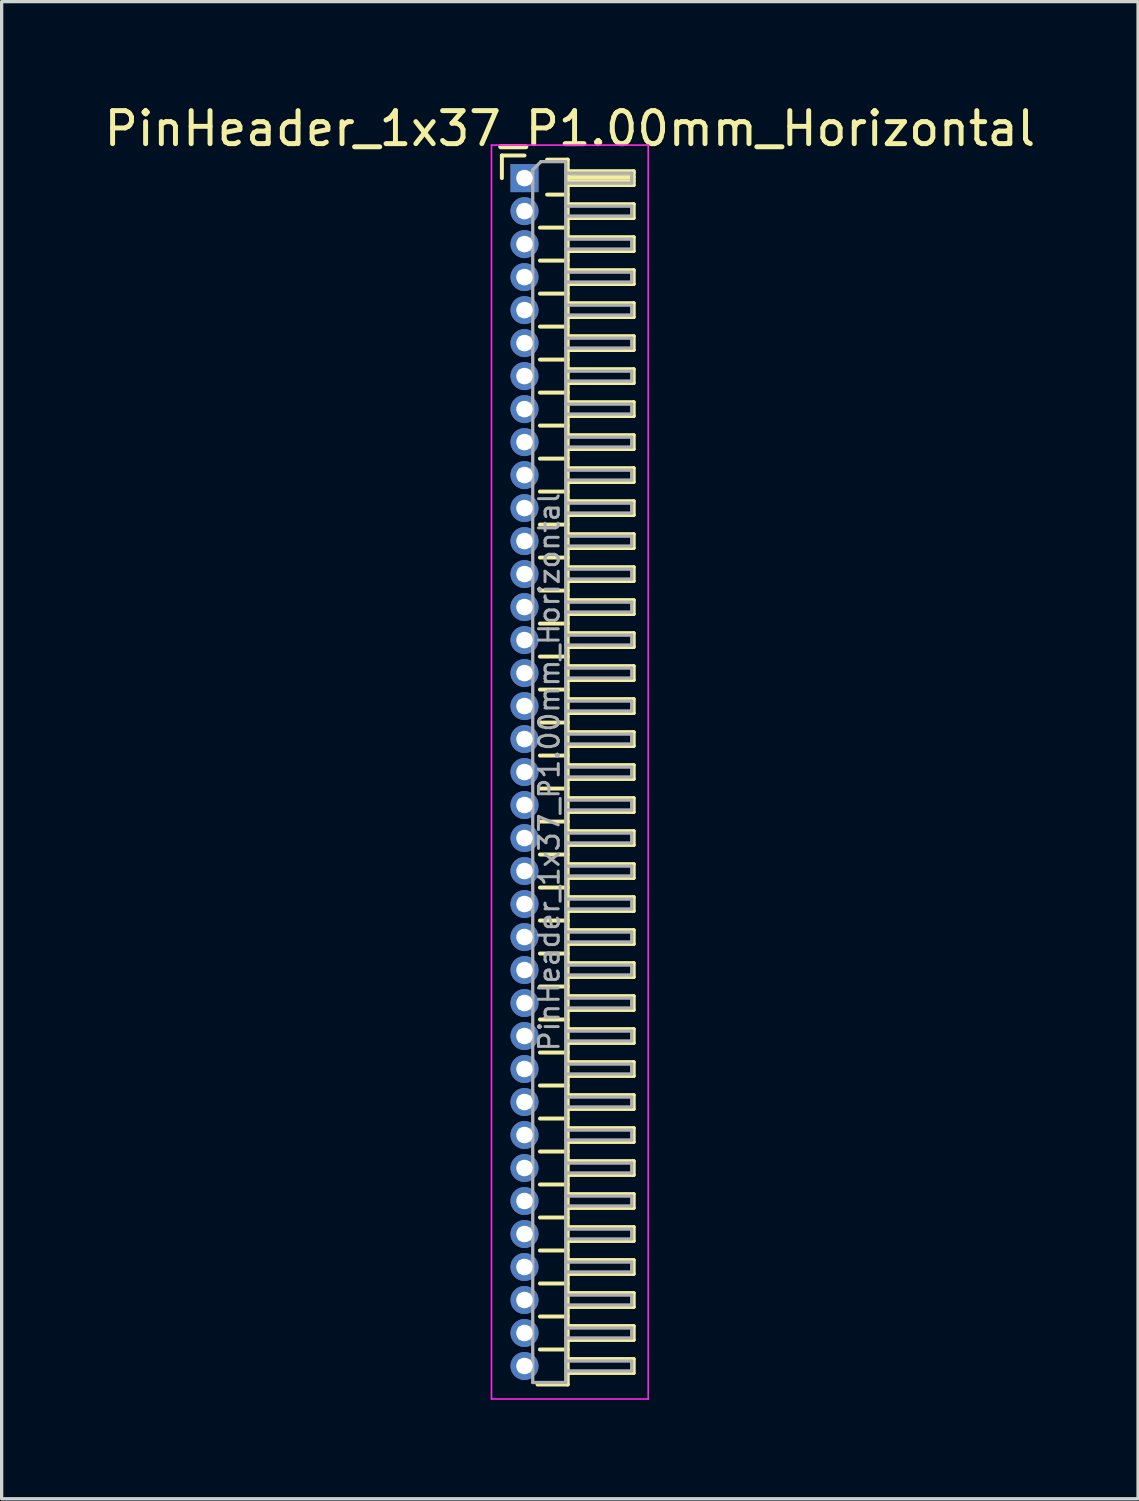
<source format=kicad_pcb>
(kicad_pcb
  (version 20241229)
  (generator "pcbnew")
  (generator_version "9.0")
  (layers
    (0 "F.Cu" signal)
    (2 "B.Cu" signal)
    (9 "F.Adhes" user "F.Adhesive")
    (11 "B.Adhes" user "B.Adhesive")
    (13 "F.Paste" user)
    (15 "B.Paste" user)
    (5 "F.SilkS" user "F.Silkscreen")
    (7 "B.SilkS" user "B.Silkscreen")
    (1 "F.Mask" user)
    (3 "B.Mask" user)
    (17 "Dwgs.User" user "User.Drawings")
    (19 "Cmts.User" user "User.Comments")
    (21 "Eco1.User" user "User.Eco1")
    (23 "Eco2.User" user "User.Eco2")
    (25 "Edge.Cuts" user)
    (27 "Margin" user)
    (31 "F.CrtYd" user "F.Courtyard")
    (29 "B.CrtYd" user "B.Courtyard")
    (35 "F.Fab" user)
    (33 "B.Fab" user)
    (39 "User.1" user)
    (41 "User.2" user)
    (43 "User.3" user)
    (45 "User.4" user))
  (footprint "PinHeader_1x37_P1.00mm_Horizontal"
    (layer "F.Cu")
    (at 12.845 2.348)
    (property "Reference" "PinHeader_1x37_P1.00mm_Horizontal" (at 1.375 -1.5 0) (layer "F.SilkS") (effects (font (size 1 1) (thickness 0.15))))
    (attr through_hole)
    (fp_line (start -0.685 -0.685) (end 0 -0.685) (stroke (width 0.12) (type solid)) (layer "F.SilkS"))
    (fp_line (start -0.685 0) (end -0.685 -0.685) (stroke (width 0.12) (type solid)) (layer "F.SilkS"))
    (fp_line (start 0.468 1.5) (end 1.31 1.5) (stroke (width 0.12) (type solid)) (layer "F.SilkS"))
    (fp_line (start 0.468 2.5) (end 1.31 2.5) (stroke (width 0.12) (type solid)) (layer "F.SilkS"))
    (fp_line (start 0.468 3.5) (end 1.31 3.5) (stroke (width 0.12) (type solid)) (layer "F.SilkS"))
    (fp_line (start 0.468 4.5) (end 1.31 4.5) (stroke (width 0.12) (type solid)) (layer "F.SilkS"))
    (fp_line (start 0.468 5.5) (end 1.31 5.5) (stroke (width 0.12) (type solid)) (layer "F.SilkS"))
    (fp_line (start 0.468 6.5) (end 1.31 6.5) (stroke (width 0.12) (type solid)) (layer "F.SilkS"))
    (fp_line (start 0.468 7.5) (end 1.31 7.5) (stroke (width 0.12) (type solid)) (layer "F.SilkS"))
    (fp_line (start 0.468 8.5) (end 1.31 8.5) (stroke (width 0.12) (type solid)) (layer "F.SilkS"))
    (fp_line (start 0.468 9.5) (end 1.31 9.5) (stroke (width 0.12) (type solid)) (layer "F.SilkS"))
    (fp_line (start 0.468 10.5) (end 1.31 10.5) (stroke (width 0.12) (type solid)) (layer "F.SilkS"))
    (fp_line (start 0.468 11.5) (end 1.31 11.5) (stroke (width 0.12) (type solid)) (layer "F.SilkS"))
    (fp_line (start 0.468 12.5) (end 1.31 12.5) (stroke (width 0.12) (type solid)) (layer "F.SilkS"))
    (fp_line (start 0.468 13.5) (end 1.31 13.5) (stroke (width 0.12) (type solid)) (layer "F.SilkS"))
    (fp_line (start 0.468 14.5) (end 1.31 14.5) (stroke (width 0.12) (type solid)) (layer "F.SilkS"))
    (fp_line (start 0.468 15.5) (end 1.31 15.5) (stroke (width 0.12) (type solid)) (layer "F.SilkS"))
    (fp_line (start 0.468 16.5) (end 1.31 16.5) (stroke (width 0.12) (type solid)) (layer "F.SilkS"))
    (fp_line (start 0.468 17.5) (end 1.31 17.5) (stroke (width 0.12) (type solid)) (layer "F.SilkS"))
    (fp_line (start 0.468 18.5) (end 1.31 18.5) (stroke (width 0.12) (type solid)) (layer "F.SilkS"))
    (fp_line (start 0.468 19.5) (end 1.31 19.5) (stroke (width 0.12) (type solid)) (layer "F.SilkS"))
    (fp_line (start 0.468 20.5) (end 1.31 20.5) (stroke (width 0.12) (type solid)) (layer "F.SilkS"))
    (fp_line (start 0.468 21.5) (end 1.31 21.5) (stroke (width 0.12) (type solid)) (layer "F.SilkS"))
    (fp_line (start 0.468 22.5) (end 1.31 22.5) (stroke (width 0.12) (type solid)) (layer "F.SilkS"))
    (fp_line (start 0.468 23.5) (end 1.31 23.5) (stroke (width 0.12) (type solid)) (layer "F.SilkS"))
    (fp_line (start 0.468 24.5) (end 1.31 24.5) (stroke (width 0.12) (type solid)) (layer "F.SilkS"))
    (fp_line (start 0.468 25.5) (end 1.31 25.5) (stroke (width 0.12) (type solid)) (layer "F.SilkS"))
    (fp_line (start 0.468 26.5) (end 1.31 26.5) (stroke (width 0.12) (type solid)) (layer "F.SilkS"))
    (fp_line (start 0.468 27.5) (end 1.31 27.5) (stroke (width 0.12) (type solid)) (layer "F.SilkS"))
    (fp_line (start 0.468 28.5) (end 1.31 28.5) (stroke (width 0.12) (type solid)) (layer "F.SilkS"))
    (fp_line (start 0.468 29.5) (end 1.31 29.5) (stroke (width 0.12) (type solid)) (layer "F.SilkS"))
    (fp_line (start 0.468 30.5) (end 1.31 30.5) (stroke (width 0.12) (type solid)) (layer "F.SilkS"))
    (fp_line (start 0.468 31.5) (end 1.31 31.5) (stroke (width 0.12) (type solid)) (layer "F.SilkS"))
    (fp_line (start 0.468 32.5) (end 1.31 32.5) (stroke (width 0.12) (type solid)) (layer "F.SilkS"))
    (fp_line (start 0.468 33.5) (end 1.31 33.5) (stroke (width 0.12) (type solid)) (layer "F.SilkS"))
    (fp_line (start 0.468 34.5) (end 1.31 34.5) (stroke (width 0.12) (type solid)) (layer "F.SilkS"))
    (fp_line (start 0.468 35.5) (end 1.31 35.5) (stroke (width 0.12) (type solid)) (layer "F.SilkS"))
    (fp_line (start 0.685 -0.56) (end 1.31 -0.56) (stroke (width 0.12) (type solid)) (layer "F.SilkS"))
    (fp_line (start 0.685 0.5) (end 1.31 0.5) (stroke (width 0.12) (type solid)) (layer "F.SilkS"))
    (fp_line (start 1.31 -0.56) (end 1.31 36.56) (stroke (width 0.12) (type solid)) (layer "F.SilkS"))
    (fp_line (start 1.31 -0.21) (end 3.31 -0.21) (stroke (width 0.12) (type solid)) (layer "F.SilkS"))
    (fp_line (start 1.31 -0.15) (end 3.31 -0.15) (stroke (width 0.12) (type solid)) (layer "F.SilkS"))
    (fp_line (start 1.31 -0.03) (end 3.31 -0.03) (stroke (width 0.12) (type solid)) (layer "F.SilkS"))
    (fp_line (start 1.31 0.09) (end 3.31 0.09) (stroke (width 0.12) (type solid)) (layer "F.SilkS"))
    (fp_line (start 1.31 0.79) (end 3.31 0.79) (stroke (width 0.12) (type solid)) (layer "F.SilkS"))
    (fp_line (start 1.31 1.79) (end 3.31 1.79) (stroke (width 0.12) (type solid)) (layer "F.SilkS"))
    (fp_line (start 1.31 2.79) (end 3.31 2.79) (stroke (width 0.12) (type solid)) (layer "F.SilkS"))
    (fp_line (start 1.31 3.79) (end 3.31 3.79) (stroke (width 0.12) (type solid)) (layer "F.SilkS"))
    (fp_line (start 1.31 4.79) (end 3.31 4.79) (stroke (width 0.12) (type solid)) (layer "F.SilkS"))
    (fp_line (start 1.31 5.79) (end 3.31 5.79) (stroke (width 0.12) (type solid)) (layer "F.SilkS"))
    (fp_line (start 1.31 6.79) (end 3.31 6.79) (stroke (width 0.12) (type solid)) (layer "F.SilkS"))
    (fp_line (start 1.31 7.79) (end 3.31 7.79) (stroke (width 0.12) (type solid)) (layer "F.SilkS"))
    (fp_line (start 1.31 8.79) (end 3.31 8.79) (stroke (width 0.12) (type solid)) (layer "F.SilkS"))
    (fp_line (start 1.31 9.79) (end 3.31 9.79) (stroke (width 0.12) (type solid)) (layer "F.SilkS"))
    (fp_line (start 1.31 10.79) (end 3.31 10.79) (stroke (width 0.12) (type solid)) (layer "F.SilkS"))
    (fp_line (start 1.31 11.79) (end 3.31 11.79) (stroke (width 0.12) (type solid)) (layer "F.SilkS"))
    (fp_line (start 1.31 12.79) (end 3.31 12.79) (stroke (width 0.12) (type solid)) (layer "F.SilkS"))
    (fp_line (start 1.31 13.79) (end 3.31 13.79) (stroke (width 0.12) (type solid)) (layer "F.SilkS"))
    (fp_line (start 1.31 14.79) (end 3.31 14.79) (stroke (width 0.12) (type solid)) (layer "F.SilkS"))
    (fp_line (start 1.31 15.79) (end 3.31 15.79) (stroke (width 0.12) (type solid)) (layer "F.SilkS"))
    (fp_line (start 1.31 16.79) (end 3.31 16.79) (stroke (width 0.12) (type solid)) (layer "F.SilkS"))
    (fp_line (start 1.31 17.79) (end 3.31 17.79) (stroke (width 0.12) (type solid)) (layer "F.SilkS"))
    (fp_line (start 1.31 18.79) (end 3.31 18.79) (stroke (width 0.12) (type solid)) (layer "F.SilkS"))
    (fp_line (start 1.31 19.79) (end 3.31 19.79) (stroke (width 0.12) (type solid)) (layer "F.SilkS"))
    (fp_line (start 1.31 20.79) (end 3.31 20.79) (stroke (width 0.12) (type solid)) (layer "F.SilkS"))
    (fp_line (start 1.31 21.79) (end 3.31 21.79) (stroke (width 0.12) (type solid)) (layer "F.SilkS"))
    (fp_line (start 1.31 22.79) (end 3.31 22.79) (stroke (width 0.12) (type solid)) (layer "F.SilkS"))
    (fp_line (start 1.31 23.79) (end 3.31 23.79) (stroke (width 0.12) (type solid)) (layer "F.SilkS"))
    (fp_line (start 1.31 24.79) (end 3.31 24.79) (stroke (width 0.12) (type solid)) (layer "F.SilkS"))
    (fp_line (start 1.31 25.79) (end 3.31 25.79) (stroke (width 0.12) (type solid)) (layer "F.SilkS"))
    (fp_line (start 1.31 26.79) (end 3.31 26.79) (stroke (width 0.12) (type solid)) (layer "F.SilkS"))
    (fp_line (start 1.31 27.79) (end 3.31 27.79) (stroke (width 0.12) (type solid)) (layer "F.SilkS"))
    (fp_line (start 1.31 28.79) (end 3.31 28.79) (stroke (width 0.12) (type solid)) (layer "F.SilkS"))
    (fp_line (start 1.31 29.79) (end 3.31 29.79) (stroke (width 0.12) (type solid)) (layer "F.SilkS"))
    (fp_line (start 1.31 30.79) (end 3.31 30.79) (stroke (width 0.12) (type solid)) (layer "F.SilkS"))
    (fp_line (start 1.31 31.79) (end 3.31 31.79) (stroke (width 0.12) (type solid)) (layer "F.SilkS"))
    (fp_line (start 1.31 32.79) (end 3.31 32.79) (stroke (width 0.12) (type solid)) (layer "F.SilkS"))
    (fp_line (start 1.31 33.79) (end 3.31 33.79) (stroke (width 0.12) (type solid)) (layer "F.SilkS"))
    (fp_line (start 1.31 34.79) (end 3.31 34.79) (stroke (width 0.12) (type solid)) (layer "F.SilkS"))
    (fp_line (start 1.31 35.79) (end 3.31 35.79) (stroke (width 0.12) (type solid)) (layer "F.SilkS"))
    (fp_line (start 1.31 36.56) (end 0.394 36.56) (stroke (width 0.12) (type solid)) (layer "F.SilkS"))
    (fp_line (start 3.31 -0.21) (end 3.31 0.21) (stroke (width 0.12) (type solid)) (layer "F.SilkS"))
    (fp_line (start 3.31 0.21) (end 1.31 0.21) (stroke (width 0.12) (type solid)) (layer "F.SilkS"))
    (fp_line (start 3.31 0.79) (end 3.31 1.21) (stroke (width 0.12) (type solid)) (layer "F.SilkS"))
    (fp_line (start 3.31 1.21) (end 1.31 1.21) (stroke (width 0.12) (type solid)) (layer "F.SilkS"))
    (fp_line (start 3.31 1.79) (end 3.31 2.21) (stroke (width 0.12) (type solid)) (layer "F.SilkS"))
    (fp_line (start 3.31 2.21) (end 1.31 2.21) (stroke (width 0.12) (type solid)) (layer "F.SilkS"))
    (fp_line (start 3.31 2.79) (end 3.31 3.21) (stroke (width 0.12) (type solid)) (layer "F.SilkS"))
    (fp_line (start 3.31 3.21) (end 1.31 3.21) (stroke (width 0.12) (type solid)) (layer "F.SilkS"))
    (fp_line (start 3.31 3.79) (end 3.31 4.21) (stroke (width 0.12) (type solid)) (layer "F.SilkS"))
    (fp_line (start 3.31 4.21) (end 1.31 4.21) (stroke (width 0.12) (type solid)) (layer "F.SilkS"))
    (fp_line (start 3.31 4.79) (end 3.31 5.21) (stroke (width 0.12) (type solid)) (layer "F.SilkS"))
    (fp_line (start 3.31 5.21) (end 1.31 5.21) (stroke (width 0.12) (type solid)) (layer "F.SilkS"))
    (fp_line (start 3.31 5.79) (end 3.31 6.21) (stroke (width 0.12) (type solid)) (layer "F.SilkS"))
    (fp_line (start 3.31 6.21) (end 1.31 6.21) (stroke (width 0.12) (type solid)) (layer "F.SilkS"))
    (fp_line (start 3.31 6.79) (end 3.31 7.21) (stroke (width 0.12) (type solid)) (layer "F.SilkS"))
    (fp_line (start 3.31 7.21) (end 1.31 7.21) (stroke (width 0.12) (type solid)) (layer "F.SilkS"))
    (fp_line (start 3.31 7.79) (end 3.31 8.21) (stroke (width 0.12) (type solid)) (layer "F.SilkS"))
    (fp_line (start 3.31 8.21) (end 1.31 8.21) (stroke (width 0.12) (type solid)) (layer "F.SilkS"))
    (fp_line (start 3.31 8.79) (end 3.31 9.21) (stroke (width 0.12) (type solid)) (layer "F.SilkS"))
    (fp_line (start 3.31 9.21) (end 1.31 9.21) (stroke (width 0.12) (type solid)) (layer "F.SilkS"))
    (fp_line (start 3.31 9.79) (end 3.31 10.21) (stroke (width 0.12) (type solid)) (layer "F.SilkS"))
    (fp_line (start 3.31 10.21) (end 1.31 10.21) (stroke (width 0.12) (type solid)) (layer "F.SilkS"))
    (fp_line (start 3.31 10.79) (end 3.31 11.21) (stroke (width 0.12) (type solid)) (layer "F.SilkS"))
    (fp_line (start 3.31 11.21) (end 1.31 11.21) (stroke (width 0.12) (type solid)) (layer "F.SilkS"))
    (fp_line (start 3.31 11.79) (end 3.31 12.21) (stroke (width 0.12) (type solid)) (layer "F.SilkS"))
    (fp_line (start 3.31 12.21) (end 1.31 12.21) (stroke (width 0.12) (type solid)) (layer "F.SilkS"))
    (fp_line (start 3.31 12.79) (end 3.31 13.21) (stroke (width 0.12) (type solid)) (layer "F.SilkS"))
    (fp_line (start 3.31 13.21) (end 1.31 13.21) (stroke (width 0.12) (type solid)) (layer "F.SilkS"))
    (fp_line (start 3.31 13.79) (end 3.31 14.21) (stroke (width 0.12) (type solid)) (layer "F.SilkS"))
    (fp_line (start 3.31 14.21) (end 1.31 14.21) (stroke (width 0.12) (type solid)) (layer "F.SilkS"))
    (fp_line (start 3.31 14.79) (end 3.31 15.21) (stroke (width 0.12) (type solid)) (layer "F.SilkS"))
    (fp_line (start 3.31 15.21) (end 1.31 15.21) (stroke (width 0.12) (type solid)) (layer "F.SilkS"))
    (fp_line (start 3.31 15.79) (end 3.31 16.21) (stroke (width 0.12) (type solid)) (layer "F.SilkS"))
    (fp_line (start 3.31 16.21) (end 1.31 16.21) (stroke (width 0.12) (type solid)) (layer "F.SilkS"))
    (fp_line (start 3.31 16.79) (end 3.31 17.21) (stroke (width 0.12) (type solid)) (layer "F.SilkS"))
    (fp_line (start 3.31 17.21) (end 1.31 17.21) (stroke (width 0.12) (type solid)) (layer "F.SilkS"))
    (fp_line (start 3.31 17.79) (end 3.31 18.21) (stroke (width 0.12) (type solid)) (layer "F.SilkS"))
    (fp_line (start 3.31 18.21) (end 1.31 18.21) (stroke (width 0.12) (type solid)) (layer "F.SilkS"))
    (fp_line (start 3.31 18.79) (end 3.31 19.21) (stroke (width 0.12) (type solid)) (layer "F.SilkS"))
    (fp_line (start 3.31 19.21) (end 1.31 19.21) (stroke (width 0.12) (type solid)) (layer "F.SilkS"))
    (fp_line (start 3.31 19.79) (end 3.31 20.21) (stroke (width 0.12) (type solid)) (layer "F.SilkS"))
    (fp_line (start 3.31 20.21) (end 1.31 20.21) (stroke (width 0.12) (type solid)) (layer "F.SilkS"))
    (fp_line (start 3.31 20.79) (end 3.31 21.21) (stroke (width 0.12) (type solid)) (layer "F.SilkS"))
    (fp_line (start 3.31 21.21) (end 1.31 21.21) (stroke (width 0.12) (type solid)) (layer "F.SilkS"))
    (fp_line (start 3.31 21.79) (end 3.31 22.21) (stroke (width 0.12) (type solid)) (layer "F.SilkS"))
    (fp_line (start 3.31 22.21) (end 1.31 22.21) (stroke (width 0.12) (type solid)) (layer "F.SilkS"))
    (fp_line (start 3.31 22.79) (end 3.31 23.21) (stroke (width 0.12) (type solid)) (layer "F.SilkS"))
    (fp_line (start 3.31 23.21) (end 1.31 23.21) (stroke (width 0.12) (type solid)) (layer "F.SilkS"))
    (fp_line (start 3.31 23.79) (end 3.31 24.21) (stroke (width 0.12) (type solid)) (layer "F.SilkS"))
    (fp_line (start 3.31 24.21) (end 1.31 24.21) (stroke (width 0.12) (type solid)) (layer "F.SilkS"))
    (fp_line (start 3.31 24.79) (end 3.31 25.21) (stroke (width 0.12) (type solid)) (layer "F.SilkS"))
    (fp_line (start 3.31 25.21) (end 1.31 25.21) (stroke (width 0.12) (type solid)) (layer "F.SilkS"))
    (fp_line (start 3.31 25.79) (end 3.31 26.21) (stroke (width 0.12) (type solid)) (layer "F.SilkS"))
    (fp_line (start 3.31 26.21) (end 1.31 26.21) (stroke (width 0.12) (type solid)) (layer "F.SilkS"))
    (fp_line (start 3.31 26.79) (end 3.31 27.21) (stroke (width 0.12) (type solid)) (layer "F.SilkS"))
    (fp_line (start 3.31 27.21) (end 1.31 27.21) (stroke (width 0.12) (type solid)) (layer "F.SilkS"))
    (fp_line (start 3.31 27.79) (end 3.31 28.21) (stroke (width 0.12) (type solid)) (layer "F.SilkS"))
    (fp_line (start 3.31 28.21) (end 1.31 28.21) (stroke (width 0.12) (type solid)) (layer "F.SilkS"))
    (fp_line (start 3.31 28.79) (end 3.31 29.21) (stroke (width 0.12) (type solid)) (layer "F.SilkS"))
    (fp_line (start 3.31 29.21) (end 1.31 29.21) (stroke (width 0.12) (type solid)) (layer "F.SilkS"))
    (fp_line (start 3.31 29.79) (end 3.31 30.21) (stroke (width 0.12) (type solid)) (layer "F.SilkS"))
    (fp_line (start 3.31 30.21) (end 1.31 30.21) (stroke (width 0.12) (type solid)) (layer "F.SilkS"))
    (fp_line (start 3.31 30.79) (end 3.31 31.21) (stroke (width 0.12) (type solid)) (layer "F.SilkS"))
    (fp_line (start 3.31 31.21) (end 1.31 31.21) (stroke (width 0.12) (type solid)) (layer "F.SilkS"))
    (fp_line (start 3.31 31.79) (end 3.31 32.21) (stroke (width 0.12) (type solid)) (layer "F.SilkS"))
    (fp_line (start 3.31 32.21) (end 1.31 32.21) (stroke (width 0.12) (type solid)) (layer "F.SilkS"))
    (fp_line (start 3.31 32.79) (end 3.31 33.21) (stroke (width 0.12) (type solid)) (layer "F.SilkS"))
    (fp_line (start 3.31 33.21) (end 1.31 33.21) (stroke (width 0.12) (type solid)) (layer "F.SilkS"))
    (fp_line (start 3.31 33.79) (end 3.31 34.21) (stroke (width 0.12) (type solid)) (layer "F.SilkS"))
    (fp_line (start 3.31 34.21) (end 1.31 34.21) (stroke (width 0.12) (type solid)) (layer "F.SilkS"))
    (fp_line (start 3.31 34.79) (end 3.31 35.21) (stroke (width 0.12) (type solid)) (layer "F.SilkS"))
    (fp_line (start 3.31 35.21) (end 1.31 35.21) (stroke (width 0.12) (type solid)) (layer "F.SilkS"))
    (fp_line (start 3.31 35.79) (end 3.31 36.21) (stroke (width 0.12) (type solid)) (layer "F.SilkS"))
    (fp_line (start 3.31 36.21) (end 1.31 36.21) (stroke (width 0.12) (type solid)) (layer "F.SilkS"))
    (fp_line (start -1 -1) (end -1 37) (stroke (width 0.05) (type solid)) (layer "F.CrtYd"))
    (fp_line (start -1 37) (end 3.75 37) (stroke (width 0.05) (type solid)) (layer "F.CrtYd"))
    (fp_line (start 3.75 -1) (end -1 -1) (stroke (width 0.05) (type solid)) (layer "F.CrtYd"))
    (fp_line (start 3.75 37) (end 3.75 -1) (stroke (width 0.05) (type solid)) (layer "F.CrtYd"))
    (fp_line (start -0.15 -0.15) (end -0.15 0.15) (stroke (width 0.1) (type solid)) (layer "F.Fab"))
    (fp_line (start -0.15 -0.15) (end 0.25 -0.15) (stroke (width 0.1) (type solid)) (layer "F.Fab"))
    (fp_line (start -0.15 0.15) (end 0.25 0.15) (stroke (width 0.1) (type solid)) (layer "F.Fab"))
    (fp_line (start -0.15 0.85) (end -0.15 1.15) (stroke (width 0.1) (type solid)) (layer "F.Fab"))
    (fp_line (start -0.15 0.85) (end 0.25 0.85) (stroke (width 0.1) (type solid)) (layer "F.Fab"))
    (fp_line (start -0.15 1.15) (end 0.25 1.15) (stroke (width 0.1) (type solid)) (layer "F.Fab"))
    (fp_line (start -0.15 1.85) (end -0.15 2.15) (stroke (width 0.1) (type solid)) (layer "F.Fab"))
    (fp_line (start -0.15 1.85) (end 0.25 1.85) (stroke (width 0.1) (type solid)) (layer "F.Fab"))
    (fp_line (start -0.15 2.15) (end 0.25 2.15) (stroke (width 0.1) (type solid)) (layer "F.Fab"))
    (fp_line (start -0.15 2.85) (end -0.15 3.15) (stroke (width 0.1) (type solid)) (layer "F.Fab"))
    (fp_line (start -0.15 2.85) (end 0.25 2.85) (stroke (width 0.1) (type solid)) (layer "F.Fab"))
    (fp_line (start -0.15 3.15) (end 0.25 3.15) (stroke (width 0.1) (type solid)) (layer "F.Fab"))
    (fp_line (start -0.15 3.85) (end -0.15 4.15) (stroke (width 0.1) (type solid)) (layer "F.Fab"))
    (fp_line (start -0.15 3.85) (end 0.25 3.85) (stroke (width 0.1) (type solid)) (layer "F.Fab"))
    (fp_line (start -0.15 4.15) (end 0.25 4.15) (stroke (width 0.1) (type solid)) (layer "F.Fab"))
    (fp_line (start -0.15 4.85) (end -0.15 5.15) (stroke (width 0.1) (type solid)) (layer "F.Fab"))
    (fp_line (start -0.15 4.85) (end 0.25 4.85) (stroke (width 0.1) (type solid)) (layer "F.Fab"))
    (fp_line (start -0.15 5.15) (end 0.25 5.15) (stroke (width 0.1) (type solid)) (layer "F.Fab"))
    (fp_line (start -0.15 5.85) (end -0.15 6.15) (stroke (width 0.1) (type solid)) (layer "F.Fab"))
    (fp_line (start -0.15 5.85) (end 0.25 5.85) (stroke (width 0.1) (type solid)) (layer "F.Fab"))
    (fp_line (start -0.15 6.15) (end 0.25 6.15) (stroke (width 0.1) (type solid)) (layer "F.Fab"))
    (fp_line (start -0.15 6.85) (end -0.15 7.15) (stroke (width 0.1) (type solid)) (layer "F.Fab"))
    (fp_line (start -0.15 6.85) (end 0.25 6.85) (stroke (width 0.1) (type solid)) (layer "F.Fab"))
    (fp_line (start -0.15 7.15) (end 0.25 7.15) (stroke (width 0.1) (type solid)) (layer "F.Fab"))
    (fp_line (start -0.15 7.85) (end -0.15 8.15) (stroke (width 0.1) (type solid)) (layer "F.Fab"))
    (fp_line (start -0.15 7.85) (end 0.25 7.85) (stroke (width 0.1) (type solid)) (layer "F.Fab"))
    (fp_line (start -0.15 8.15) (end 0.25 8.15) (stroke (width 0.1) (type solid)) (layer "F.Fab"))
    (fp_line (start -0.15 8.85) (end -0.15 9.15) (stroke (width 0.1) (type solid)) (layer "F.Fab"))
    (fp_line (start -0.15 8.85) (end 0.25 8.85) (stroke (width 0.1) (type solid)) (layer "F.Fab"))
    (fp_line (start -0.15 9.15) (end 0.25 9.15) (stroke (width 0.1) (type solid)) (layer "F.Fab"))
    (fp_line (start -0.15 9.85) (end -0.15 10.15) (stroke (width 0.1) (type solid)) (layer "F.Fab"))
    (fp_line (start -0.15 9.85) (end 0.25 9.85) (stroke (width 0.1) (type solid)) (layer "F.Fab"))
    (fp_line (start -0.15 10.15) (end 0.25 10.15) (stroke (width 0.1) (type solid)) (layer "F.Fab"))
    (fp_line (start -0.15 10.85) (end -0.15 11.15) (stroke (width 0.1) (type solid)) (layer "F.Fab"))
    (fp_line (start -0.15 10.85) (end 0.25 10.85) (stroke (width 0.1) (type solid)) (layer "F.Fab"))
    (fp_line (start -0.15 11.15) (end 0.25 11.15) (stroke (width 0.1) (type solid)) (layer "F.Fab"))
    (fp_line (start -0.15 11.85) (end -0.15 12.15) (stroke (width 0.1) (type solid)) (layer "F.Fab"))
    (fp_line (start -0.15 11.85) (end 0.25 11.85) (stroke (width 0.1) (type solid)) (layer "F.Fab"))
    (fp_line (start -0.15 12.15) (end 0.25 12.15) (stroke (width 0.1) (type solid)) (layer "F.Fab"))
    (fp_line (start -0.15 12.85) (end -0.15 13.15) (stroke (width 0.1) (type solid)) (layer "F.Fab"))
    (fp_line (start -0.15 12.85) (end 0.25 12.85) (stroke (width 0.1) (type solid)) (layer "F.Fab"))
    (fp_line (start -0.15 13.15) (end 0.25 13.15) (stroke (width 0.1) (type solid)) (layer "F.Fab"))
    (fp_line (start -0.15 13.85) (end -0.15 14.15) (stroke (width 0.1) (type solid)) (layer "F.Fab"))
    (fp_line (start -0.15 13.85) (end 0.25 13.85) (stroke (width 0.1) (type solid)) (layer "F.Fab"))
    (fp_line (start -0.15 14.15) (end 0.25 14.15) (stroke (width 0.1) (type solid)) (layer "F.Fab"))
    (fp_line (start -0.15 14.85) (end -0.15 15.15) (stroke (width 0.1) (type solid)) (layer "F.Fab"))
    (fp_line (start -0.15 14.85) (end 0.25 14.85) (stroke (width 0.1) (type solid)) (layer "F.Fab"))
    (fp_line (start -0.15 15.15) (end 0.25 15.15) (stroke (width 0.1) (type solid)) (layer "F.Fab"))
    (fp_line (start -0.15 15.85) (end -0.15 16.15) (stroke (width 0.1) (type solid)) (layer "F.Fab"))
    (fp_line (start -0.15 15.85) (end 0.25 15.85) (stroke (width 0.1) (type solid)) (layer "F.Fab"))
    (fp_line (start -0.15 16.15) (end 0.25 16.15) (stroke (width 0.1) (type solid)) (layer "F.Fab"))
    (fp_line (start -0.15 16.85) (end -0.15 17.15) (stroke (width 0.1) (type solid)) (layer "F.Fab"))
    (fp_line (start -0.15 16.85) (end 0.25 16.85) (stroke (width 0.1) (type solid)) (layer "F.Fab"))
    (fp_line (start -0.15 17.15) (end 0.25 17.15) (stroke (width 0.1) (type solid)) (layer "F.Fab"))
    (fp_line (start -0.15 17.85) (end -0.15 18.15) (stroke (width 0.1) (type solid)) (layer "F.Fab"))
    (fp_line (start -0.15 17.85) (end 0.25 17.85) (stroke (width 0.1) (type solid)) (layer "F.Fab"))
    (fp_line (start -0.15 18.15) (end 0.25 18.15) (stroke (width 0.1) (type solid)) (layer "F.Fab"))
    (fp_line (start -0.15 18.85) (end -0.15 19.15) (stroke (width 0.1) (type solid)) (layer "F.Fab"))
    (fp_line (start -0.15 18.85) (end 0.25 18.85) (stroke (width 0.1) (type solid)) (layer "F.Fab"))
    (fp_line (start -0.15 19.15) (end 0.25 19.15) (stroke (width 0.1) (type solid)) (layer "F.Fab"))
    (fp_line (start -0.15 19.85) (end -0.15 20.15) (stroke (width 0.1) (type solid)) (layer "F.Fab"))
    (fp_line (start -0.15 19.85) (end 0.25 19.85) (stroke (width 0.1) (type solid)) (layer "F.Fab"))
    (fp_line (start -0.15 20.15) (end 0.25 20.15) (stroke (width 0.1) (type solid)) (layer "F.Fab"))
    (fp_line (start -0.15 20.85) (end -0.15 21.15) (stroke (width 0.1) (type solid)) (layer "F.Fab"))
    (fp_line (start -0.15 20.85) (end 0.25 20.85) (stroke (width 0.1) (type solid)) (layer "F.Fab"))
    (fp_line (start -0.15 21.15) (end 0.25 21.15) (stroke (width 0.1) (type solid)) (layer "F.Fab"))
    (fp_line (start -0.15 21.85) (end -0.15 22.15) (stroke (width 0.1) (type solid)) (layer "F.Fab"))
    (fp_line (start -0.15 21.85) (end 0.25 21.85) (stroke (width 0.1) (type solid)) (layer "F.Fab"))
    (fp_line (start -0.15 22.15) (end 0.25 22.15) (stroke (width 0.1) (type solid)) (layer "F.Fab"))
    (fp_line (start -0.15 22.85) (end -0.15 23.15) (stroke (width 0.1) (type solid)) (layer "F.Fab"))
    (fp_line (start -0.15 22.85) (end 0.25 22.85) (stroke (width 0.1) (type solid)) (layer "F.Fab"))
    (fp_line (start -0.15 23.15) (end 0.25 23.15) (stroke (width 0.1) (type solid)) (layer "F.Fab"))
    (fp_line (start -0.15 23.85) (end -0.15 24.15) (stroke (width 0.1) (type solid)) (layer "F.Fab"))
    (fp_line (start -0.15 23.85) (end 0.25 23.85) (stroke (width 0.1) (type solid)) (layer "F.Fab"))
    (fp_line (start -0.15 24.15) (end 0.25 24.15) (stroke (width 0.1) (type solid)) (layer "F.Fab"))
    (fp_line (start -0.15 24.85) (end -0.15 25.15) (stroke (width 0.1) (type solid)) (layer "F.Fab"))
    (fp_line (start -0.15 24.85) (end 0.25 24.85) (stroke (width 0.1) (type solid)) (layer "F.Fab"))
    (fp_line (start -0.15 25.15) (end 0.25 25.15) (stroke (width 0.1) (type solid)) (layer "F.Fab"))
    (fp_line (start -0.15 25.85) (end -0.15 26.15) (stroke (width 0.1) (type solid)) (layer "F.Fab"))
    (fp_line (start -0.15 25.85) (end 0.25 25.85) (stroke (width 0.1) (type solid)) (layer "F.Fab"))
    (fp_line (start -0.15 26.15) (end 0.25 26.15) (stroke (width 0.1) (type solid)) (layer "F.Fab"))
    (fp_line (start -0.15 26.85) (end -0.15 27.15) (stroke (width 0.1) (type solid)) (layer "F.Fab"))
    (fp_line (start -0.15 26.85) (end 0.25 26.85) (stroke (width 0.1) (type solid)) (layer "F.Fab"))
    (fp_line (start -0.15 27.15) (end 0.25 27.15) (stroke (width 0.1) (type solid)) (layer "F.Fab"))
    (fp_line (start -0.15 27.85) (end -0.15 28.15) (stroke (width 0.1) (type solid)) (layer "F.Fab"))
    (fp_line (start -0.15 27.85) (end 0.25 27.85) (stroke (width 0.1) (type solid)) (layer "F.Fab"))
    (fp_line (start -0.15 28.15) (end 0.25 28.15) (stroke (width 0.1) (type solid)) (layer "F.Fab"))
    (fp_line (start -0.15 28.85) (end -0.15 29.15) (stroke (width 0.1) (type solid)) (layer "F.Fab"))
    (fp_line (start -0.15 28.85) (end 0.25 28.85) (stroke (width 0.1) (type solid)) (layer "F.Fab"))
    (fp_line (start -0.15 29.15) (end 0.25 29.15) (stroke (width 0.1) (type solid)) (layer "F.Fab"))
    (fp_line (start -0.15 29.85) (end -0.15 30.15) (stroke (width 0.1) (type solid)) (layer "F.Fab"))
    (fp_line (start -0.15 29.85) (end 0.25 29.85) (stroke (width 0.1) (type solid)) (layer "F.Fab"))
    (fp_line (start -0.15 30.15) (end 0.25 30.15) (stroke (width 0.1) (type solid)) (layer "F.Fab"))
    (fp_line (start -0.15 30.85) (end -0.15 31.15) (stroke (width 0.1) (type solid)) (layer "F.Fab"))
    (fp_line (start -0.15 30.85) (end 0.25 30.85) (stroke (width 0.1) (type solid)) (layer "F.Fab"))
    (fp_line (start -0.15 31.15) (end 0.25 31.15) (stroke (width 0.1) (type solid)) (layer "F.Fab"))
    (fp_line (start -0.15 31.85) (end -0.15 32.15) (stroke (width 0.1) (type solid)) (layer "F.Fab"))
    (fp_line (start -0.15 31.85) (end 0.25 31.85) (stroke (width 0.1) (type solid)) (layer "F.Fab"))
    (fp_line (start -0.15 32.15) (end 0.25 32.15) (stroke (width 0.1) (type solid)) (layer "F.Fab"))
    (fp_line (start -0.15 32.85) (end -0.15 33.15) (stroke (width 0.1) (type solid)) (layer "F.Fab"))
    (fp_line (start -0.15 32.85) (end 0.25 32.85) (stroke (width 0.1) (type solid)) (layer "F.Fab"))
    (fp_line (start -0.15 33.15) (end 0.25 33.15) (stroke (width 0.1) (type solid)) (layer "F.Fab"))
    (fp_line (start -0.15 33.85) (end -0.15 34.15) (stroke (width 0.1) (type solid)) (layer "F.Fab"))
    (fp_line (start -0.15 33.85) (end 0.25 33.85) (stroke (width 0.1) (type solid)) (layer "F.Fab"))
    (fp_line (start -0.15 34.15) (end 0.25 34.15) (stroke (width 0.1) (type solid)) (layer "F.Fab"))
    (fp_line (start -0.15 34.85) (end -0.15 35.15) (stroke (width 0.1) (type solid)) (layer "F.Fab"))
    (fp_line (start -0.15 34.85) (end 0.25 34.85) (stroke (width 0.1) (type solid)) (layer "F.Fab"))
    (fp_line (start -0.15 35.15) (end 0.25 35.15) (stroke (width 0.1) (type solid)) (layer "F.Fab"))
    (fp_line (start -0.15 35.85) (end -0.15 36.15) (stroke (width 0.1) (type solid)) (layer "F.Fab"))
    (fp_line (start -0.15 35.85) (end 0.25 35.85) (stroke (width 0.1) (type solid)) (layer "F.Fab"))
    (fp_line (start -0.15 36.15) (end 0.25 36.15) (stroke (width 0.1) (type solid)) (layer "F.Fab"))
    (fp_line (start 0.25 -0.25) (end 0.5 -0.5) (stroke (width 0.1) (type solid)) (layer "F.Fab"))
    (fp_line (start 0.25 36.5) (end 0.25 -0.25) (stroke (width 0.1) (type solid)) (layer "F.Fab"))
    (fp_line (start 0.5 -0.5) (end 1.25 -0.5) (stroke (width 0.1) (type solid)) (layer "F.Fab"))
    (fp_line (start 1.25 -0.5) (end 1.25 36.5) (stroke (width 0.1) (type solid)) (layer "F.Fab"))
    (fp_line (start 1.25 -0.15) (end 3.25 -0.15) (stroke (width 0.1) (type solid)) (layer "F.Fab"))
    (fp_line (start 1.25 0.15) (end 3.25 0.15) (stroke (width 0.1) (type solid)) (layer "F.Fab"))
    (fp_line (start 1.25 0.85) (end 3.25 0.85) (stroke (width 0.1) (type solid)) (layer "F.Fab"))
    (fp_line (start 1.25 1.15) (end 3.25 1.15) (stroke (width 0.1) (type solid)) (layer "F.Fab"))
    (fp_line (start 1.25 1.85) (end 3.25 1.85) (stroke (width 0.1) (type solid)) (layer "F.Fab"))
    (fp_line (start 1.25 2.15) (end 3.25 2.15) (stroke (width 0.1) (type solid)) (layer "F.Fab"))
    (fp_line (start 1.25 2.85) (end 3.25 2.85) (stroke (width 0.1) (type solid)) (layer "F.Fab"))
    (fp_line (start 1.25 3.15) (end 3.25 3.15) (stroke (width 0.1) (type solid)) (layer "F.Fab"))
    (fp_line (start 1.25 3.85) (end 3.25 3.85) (stroke (width 0.1) (type solid)) (layer "F.Fab"))
    (fp_line (start 1.25 4.15) (end 3.25 4.15) (stroke (width 0.1) (type solid)) (layer "F.Fab"))
    (fp_line (start 1.25 4.85) (end 3.25 4.85) (stroke (width 0.1) (type solid)) (layer "F.Fab"))
    (fp_line (start 1.25 5.15) (end 3.25 5.15) (stroke (width 0.1) (type solid)) (layer "F.Fab"))
    (fp_line (start 1.25 5.85) (end 3.25 5.85) (stroke (width 0.1) (type solid)) (layer "F.Fab"))
    (fp_line (start 1.25 6.15) (end 3.25 6.15) (stroke (width 0.1) (type solid)) (layer "F.Fab"))
    (fp_line (start 1.25 6.85) (end 3.25 6.85) (stroke (width 0.1) (type solid)) (layer "F.Fab"))
    (fp_line (start 1.25 7.15) (end 3.25 7.15) (stroke (width 0.1) (type solid)) (layer "F.Fab"))
    (fp_line (start 1.25 7.85) (end 3.25 7.85) (stroke (width 0.1) (type solid)) (layer "F.Fab"))
    (fp_line (start 1.25 8.15) (end 3.25 8.15) (stroke (width 0.1) (type solid)) (layer "F.Fab"))
    (fp_line (start 1.25 8.85) (end 3.25 8.85) (stroke (width 0.1) (type solid)) (layer "F.Fab"))
    (fp_line (start 1.25 9.15) (end 3.25 9.15) (stroke (width 0.1) (type solid)) (layer "F.Fab"))
    (fp_line (start 1.25 9.85) (end 3.25 9.85) (stroke (width 0.1) (type solid)) (layer "F.Fab"))
    (fp_line (start 1.25 10.15) (end 3.25 10.15) (stroke (width 0.1) (type solid)) (layer "F.Fab"))
    (fp_line (start 1.25 10.85) (end 3.25 10.85) (stroke (width 0.1) (type solid)) (layer "F.Fab"))
    (fp_line (start 1.25 11.15) (end 3.25 11.15) (stroke (width 0.1) (type solid)) (layer "F.Fab"))
    (fp_line (start 1.25 11.85) (end 3.25 11.85) (stroke (width 0.1) (type solid)) (layer "F.Fab"))
    (fp_line (start 1.25 12.15) (end 3.25 12.15) (stroke (width 0.1) (type solid)) (layer "F.Fab"))
    (fp_line (start 1.25 12.85) (end 3.25 12.85) (stroke (width 0.1) (type solid)) (layer "F.Fab"))
    (fp_line (start 1.25 13.15) (end 3.25 13.15) (stroke (width 0.1) (type solid)) (layer "F.Fab"))
    (fp_line (start 1.25 13.85) (end 3.25 13.85) (stroke (width 0.1) (type solid)) (layer "F.Fab"))
    (fp_line (start 1.25 14.15) (end 3.25 14.15) (stroke (width 0.1) (type solid)) (layer "F.Fab"))
    (fp_line (start 1.25 14.85) (end 3.25 14.85) (stroke (width 0.1) (type solid)) (layer "F.Fab"))
    (fp_line (start 1.25 15.15) (end 3.25 15.15) (stroke (width 0.1) (type solid)) (layer "F.Fab"))
    (fp_line (start 1.25 15.85) (end 3.25 15.85) (stroke (width 0.1) (type solid)) (layer "F.Fab"))
    (fp_line (start 1.25 16.15) (end 3.25 16.15) (stroke (width 0.1) (type solid)) (layer "F.Fab"))
    (fp_line (start 1.25 16.85) (end 3.25 16.85) (stroke (width 0.1) (type solid)) (layer "F.Fab"))
    (fp_line (start 1.25 17.15) (end 3.25 17.15) (stroke (width 0.1) (type solid)) (layer "F.Fab"))
    (fp_line (start 1.25 17.85) (end 3.25 17.85) (stroke (width 0.1) (type solid)) (layer "F.Fab"))
    (fp_line (start 1.25 18.15) (end 3.25 18.15) (stroke (width 0.1) (type solid)) (layer "F.Fab"))
    (fp_line (start 1.25 18.85) (end 3.25 18.85) (stroke (width 0.1) (type solid)) (layer "F.Fab"))
    (fp_line (start 1.25 19.15) (end 3.25 19.15) (stroke (width 0.1) (type solid)) (layer "F.Fab"))
    (fp_line (start 1.25 19.85) (end 3.25 19.85) (stroke (width 0.1) (type solid)) (layer "F.Fab"))
    (fp_line (start 1.25 20.15) (end 3.25 20.15) (stroke (width 0.1) (type solid)) (layer "F.Fab"))
    (fp_line (start 1.25 20.85) (end 3.25 20.85) (stroke (width 0.1) (type solid)) (layer "F.Fab"))
    (fp_line (start 1.25 21.15) (end 3.25 21.15) (stroke (width 0.1) (type solid)) (layer "F.Fab"))
    (fp_line (start 1.25 21.85) (end 3.25 21.85) (stroke (width 0.1) (type solid)) (layer "F.Fab"))
    (fp_line (start 1.25 22.15) (end 3.25 22.15) (stroke (width 0.1) (type solid)) (layer "F.Fab"))
    (fp_line (start 1.25 22.85) (end 3.25 22.85) (stroke (width 0.1) (type solid)) (layer "F.Fab"))
    (fp_line (start 1.25 23.15) (end 3.25 23.15) (stroke (width 0.1) (type solid)) (layer "F.Fab"))
    (fp_line (start 1.25 23.85) (end 3.25 23.85) (stroke (width 0.1) (type solid)) (layer "F.Fab"))
    (fp_line (start 1.25 24.15) (end 3.25 24.15) (stroke (width 0.1) (type solid)) (layer "F.Fab"))
    (fp_line (start 1.25 24.85) (end 3.25 24.85) (stroke (width 0.1) (type solid)) (layer "F.Fab"))
    (fp_line (start 1.25 25.15) (end 3.25 25.15) (stroke (width 0.1) (type solid)) (layer "F.Fab"))
    (fp_line (start 1.25 25.85) (end 3.25 25.85) (stroke (width 0.1) (type solid)) (layer "F.Fab"))
    (fp_line (start 1.25 26.15) (end 3.25 26.15) (stroke (width 0.1) (type solid)) (layer "F.Fab"))
    (fp_line (start 1.25 26.85) (end 3.25 26.85) (stroke (width 0.1) (type solid)) (layer "F.Fab"))
    (fp_line (start 1.25 27.15) (end 3.25 27.15) (stroke (width 0.1) (type solid)) (layer "F.Fab"))
    (fp_line (start 1.25 27.85) (end 3.25 27.85) (stroke (width 0.1) (type solid)) (layer "F.Fab"))
    (fp_line (start 1.25 28.15) (end 3.25 28.15) (stroke (width 0.1) (type solid)) (layer "F.Fab"))
    (fp_line (start 1.25 28.85) (end 3.25 28.85) (stroke (width 0.1) (type solid)) (layer "F.Fab"))
    (fp_line (start 1.25 29.15) (end 3.25 29.15) (stroke (width 0.1) (type solid)) (layer "F.Fab"))
    (fp_line (start 1.25 29.85) (end 3.25 29.85) (stroke (width 0.1) (type solid)) (layer "F.Fab"))
    (fp_line (start 1.25 30.15) (end 3.25 30.15) (stroke (width 0.1) (type solid)) (layer "F.Fab"))
    (fp_line (start 1.25 30.85) (end 3.25 30.85) (stroke (width 0.1) (type solid)) (layer "F.Fab"))
    (fp_line (start 1.25 31.15) (end 3.25 31.15) (stroke (width 0.1) (type solid)) (layer "F.Fab"))
    (fp_line (start 1.25 31.85) (end 3.25 31.85) (stroke (width 0.1) (type solid)) (layer "F.Fab"))
    (fp_line (start 1.25 32.15) (end 3.25 32.15) (stroke (width 0.1) (type solid)) (layer "F.Fab"))
    (fp_line (start 1.25 32.85) (end 3.25 32.85) (stroke (width 0.1) (type solid)) (layer "F.Fab"))
    (fp_line (start 1.25 33.15) (end 3.25 33.15) (stroke (width 0.1) (type solid)) (layer "F.Fab"))
    (fp_line (start 1.25 33.85) (end 3.25 33.85) (stroke (width 0.1) (type solid)) (layer "F.Fab"))
    (fp_line (start 1.25 34.15) (end 3.25 34.15) (stroke (width 0.1) (type solid)) (layer "F.Fab"))
    (fp_line (start 1.25 34.85) (end 3.25 34.85) (stroke (width 0.1) (type solid)) (layer "F.Fab"))
    (fp_line (start 1.25 35.15) (end 3.25 35.15) (stroke (width 0.1) (type solid)) (layer "F.Fab"))
    (fp_line (start 1.25 35.85) (end 3.25 35.85) (stroke (width 0.1) (type solid)) (layer "F.Fab"))
    (fp_line (start 1.25 36.15) (end 3.25 36.15) (stroke (width 0.1) (type solid)) (layer "F.Fab"))
    (fp_line (start 1.25 36.5) (end 0.25 36.5) (stroke (width 0.1) (type solid)) (layer "F.Fab"))
    (fp_line (start 3.25 -0.15) (end 3.25 0.15) (stroke (width 0.1) (type solid)) (layer "F.Fab"))
    (fp_line (start 3.25 0.85) (end 3.25 1.15) (stroke (width 0.1) (type solid)) (layer "F.Fab"))
    (fp_line (start 3.25 1.85) (end 3.25 2.15) (stroke (width 0.1) (type solid)) (layer "F.Fab"))
    (fp_line (start 3.25 2.85) (end 3.25 3.15) (stroke (width 0.1) (type solid)) (layer "F.Fab"))
    (fp_line (start 3.25 3.85) (end 3.25 4.15) (stroke (width 0.1) (type solid)) (layer "F.Fab"))
    (fp_line (start 3.25 4.85) (end 3.25 5.15) (stroke (width 0.1) (type solid)) (layer "F.Fab"))
    (fp_line (start 3.25 5.85) (end 3.25 6.15) (stroke (width 0.1) (type solid)) (layer "F.Fab"))
    (fp_line (start 3.25 6.85) (end 3.25 7.15) (stroke (width 0.1) (type solid)) (layer "F.Fab"))
    (fp_line (start 3.25 7.85) (end 3.25 8.15) (stroke (width 0.1) (type solid)) (layer "F.Fab"))
    (fp_line (start 3.25 8.85) (end 3.25 9.15) (stroke (width 0.1) (type solid)) (layer "F.Fab"))
    (fp_line (start 3.25 9.85) (end 3.25 10.15) (stroke (width 0.1) (type solid)) (layer "F.Fab"))
    (fp_line (start 3.25 10.85) (end 3.25 11.15) (stroke (width 0.1) (type solid)) (layer "F.Fab"))
    (fp_line (start 3.25 11.85) (end 3.25 12.15) (stroke (width 0.1) (type solid)) (layer "F.Fab"))
    (fp_line (start 3.25 12.85) (end 3.25 13.15) (stroke (width 0.1) (type solid)) (layer "F.Fab"))
    (fp_line (start 3.25 13.85) (end 3.25 14.15) (stroke (width 0.1) (type solid)) (layer "F.Fab"))
    (fp_line (start 3.25 14.85) (end 3.25 15.15) (stroke (width 0.1) (type solid)) (layer "F.Fab"))
    (fp_line (start 3.25 15.85) (end 3.25 16.15) (stroke (width 0.1) (type solid)) (layer "F.Fab"))
    (fp_line (start 3.25 16.85) (end 3.25 17.15) (stroke (width 0.1) (type solid)) (layer "F.Fab"))
    (fp_line (start 3.25 17.85) (end 3.25 18.15) (stroke (width 0.1) (type solid)) (layer "F.Fab"))
    (fp_line (start 3.25 18.85) (end 3.25 19.15) (stroke (width 0.1) (type solid)) (layer "F.Fab"))
    (fp_line (start 3.25 19.85) (end 3.25 20.15) (stroke (width 0.1) (type solid)) (layer "F.Fab"))
    (fp_line (start 3.25 20.85) (end 3.25 21.15) (stroke (width 0.1) (type solid)) (layer "F.Fab"))
    (fp_line (start 3.25 21.85) (end 3.25 22.15) (stroke (width 0.1) (type solid)) (layer "F.Fab"))
    (fp_line (start 3.25 22.85) (end 3.25 23.15) (stroke (width 0.1) (type solid)) (layer "F.Fab"))
    (fp_line (start 3.25 23.85) (end 3.25 24.15) (stroke (width 0.1) (type solid)) (layer "F.Fab"))
    (fp_line (start 3.25 24.85) (end 3.25 25.15) (stroke (width 0.1) (type solid)) (layer "F.Fab"))
    (fp_line (start 3.25 25.85) (end 3.25 26.15) (stroke (width 0.1) (type solid)) (layer "F.Fab"))
    (fp_line (start 3.25 26.85) (end 3.25 27.15) (stroke (width 0.1) (type solid)) (layer "F.Fab"))
    (fp_line (start 3.25 27.85) (end 3.25 28.15) (stroke (width 0.1) (type solid)) (layer "F.Fab"))
    (fp_line (start 3.25 28.85) (end 3.25 29.15) (stroke (width 0.1) (type solid)) (layer "F.Fab"))
    (fp_line (start 3.25 29.85) (end 3.25 30.15) (stroke (width 0.1) (type solid)) (layer "F.Fab"))
    (fp_line (start 3.25 30.85) (end 3.25 31.15) (stroke (width 0.1) (type solid)) (layer "F.Fab"))
    (fp_line (start 3.25 31.85) (end 3.25 32.15) (stroke (width 0.1) (type solid)) (layer "F.Fab"))
    (fp_line (start 3.25 32.85) (end 3.25 33.15) (stroke (width 0.1) (type solid)) (layer "F.Fab"))
    (fp_line (start 3.25 33.85) (end 3.25 34.15) (stroke (width 0.1) (type solid)) (layer "F.Fab"))
    (fp_line (start 3.25 34.85) (end 3.25 35.15) (stroke (width 0.1) (type solid)) (layer "F.Fab"))
    (fp_line (start 3.25 35.85) (end 3.25 36.15) (stroke (width 0.1) (type solid)) (layer "F.Fab"))
    (fp_text user "${REFERENCE}" (at 0.75 18 90) (layer "F.Fab") (effects (font (size 0.6 0.6) (thickness 0.09))))
    (pad "1" thru_hole rect (at 0 0) (size 0.85 0.85) (drill 0.5) (layers "*.Cu" "*.Mask"))
    (pad "2" thru_hole oval (at 0 1) (size 0.85 0.85) (drill 0.5) (layers "*.Cu" "*.Mask"))
    (pad "3" thru_hole oval (at 0 2) (size 0.85 0.85) (drill 0.5) (layers "*.Cu" "*.Mask"))
    (pad "4" thru_hole oval (at 0 3) (size 0.85 0.85) (drill 0.5) (layers "*.Cu" "*.Mask"))
    (pad "5" thru_hole oval (at 0 4) (size 0.85 0.85) (drill 0.5) (layers "*.Cu" "*.Mask"))
    (pad "6" thru_hole oval (at 0 5) (size 0.85 0.85) (drill 0.5) (layers "*.Cu" "*.Mask"))
    (pad "7" thru_hole oval (at 0 6) (size 0.85 0.85) (drill 0.5) (layers "*.Cu" "*.Mask"))
    (pad "8" thru_hole oval (at 0 7) (size 0.85 0.85) (drill 0.5) (layers "*.Cu" "*.Mask"))
    (pad "9" thru_hole oval (at 0 8) (size 0.85 0.85) (drill 0.5) (layers "*.Cu" "*.Mask"))
    (pad "10" thru_hole oval (at 0 9) (size 0.85 0.85) (drill 0.5) (layers "*.Cu" "*.Mask"))
    (pad "11" thru_hole oval (at 0 10) (size 0.85 0.85) (drill 0.5) (layers "*.Cu" "*.Mask"))
    (pad "12" thru_hole oval (at 0 11) (size 0.85 0.85) (drill 0.5) (layers "*.Cu" "*.Mask"))
    (pad "13" thru_hole oval (at 0 12) (size 0.85 0.85) (drill 0.5) (layers "*.Cu" "*.Mask"))
    (pad "14" thru_hole oval (at 0 13) (size 0.85 0.85) (drill 0.5) (layers "*.Cu" "*.Mask"))
    (pad "15" thru_hole oval (at 0 14) (size 0.85 0.85) (drill 0.5) (layers "*.Cu" "*.Mask"))
    (pad "16" thru_hole oval (at 0 15) (size 0.85 0.85) (drill 0.5) (layers "*.Cu" "*.Mask"))
    (pad "17" thru_hole oval (at 0 16) (size 0.85 0.85) (drill 0.5) (layers "*.Cu" "*.Mask"))
    (pad "18" thru_hole oval (at 0 17) (size 0.85 0.85) (drill 0.5) (layers "*.Cu" "*.Mask"))
    (pad "19" thru_hole oval (at 0 18) (size 0.85 0.85) (drill 0.5) (layers "*.Cu" "*.Mask"))
    (pad "20" thru_hole oval (at 0 19) (size 0.85 0.85) (drill 0.5) (layers "*.Cu" "*.Mask"))
    (pad "21" thru_hole oval (at 0 20) (size 0.85 0.85) (drill 0.5) (layers "*.Cu" "*.Mask"))
    (pad "22" thru_hole oval (at 0 21) (size 0.85 0.85) (drill 0.5) (layers "*.Cu" "*.Mask"))
    (pad "23" thru_hole oval (at 0 22) (size 0.85 0.85) (drill 0.5) (layers "*.Cu" "*.Mask"))
    (pad "24" thru_hole oval (at 0 23) (size 0.85 0.85) (drill 0.5) (layers "*.Cu" "*.Mask"))
    (pad "25" thru_hole oval (at 0 24) (size 0.85 0.85) (drill 0.5) (layers "*.Cu" "*.Mask"))
    (pad "26" thru_hole oval (at 0 25) (size 0.85 0.85) (drill 0.5) (layers "*.Cu" "*.Mask"))
    (pad "27" thru_hole oval (at 0 26) (size 0.85 0.85) (drill 0.5) (layers "*.Cu" "*.Mask"))
    (pad "28" thru_hole oval (at 0 27) (size 0.85 0.85) (drill 0.5) (layers "*.Cu" "*.Mask"))
    (pad "29" thru_hole oval (at 0 28) (size 0.85 0.85) (drill 0.5) (layers "*.Cu" "*.Mask"))
    (pad "30" thru_hole oval (at 0 29) (size 0.85 0.85) (drill 0.5) (layers "*.Cu" "*.Mask"))
    (pad "31" thru_hole oval (at 0 30) (size 0.85 0.85) (drill 0.5) (layers "*.Cu" "*.Mask"))
    (pad "32" thru_hole oval (at 0 31) (size 0.85 0.85) (drill 0.5) (layers "*.Cu" "*.Mask"))
    (pad "33" thru_hole oval (at 0 32) (size 0.85 0.85) (drill 0.5) (layers "*.Cu" "*.Mask"))
    (pad "34" thru_hole oval (at 0 33) (size 0.85 0.85) (drill 0.5) (layers "*.Cu" "*.Mask"))
    (pad "35" thru_hole oval (at 0 34) (size 0.85 0.85) (drill 0.5) (layers "*.Cu" "*.Mask"))
    (pad "36" thru_hole oval (at 0 35) (size 0.85 0.85) (drill 0.5) (layers "*.Cu" "*.Mask"))
    (pad "37" thru_hole oval (at 0 36) (size 0.85 0.85) (drill 0.5) (layers "*.Cu" "*.Mask")))
  (gr_rect
    (start -3 -3)
    (end 31.44 42.373)
    (stroke (width 0.1) (type default))
    (fill no)
    (layer "Edge.Cuts")))
</source>
